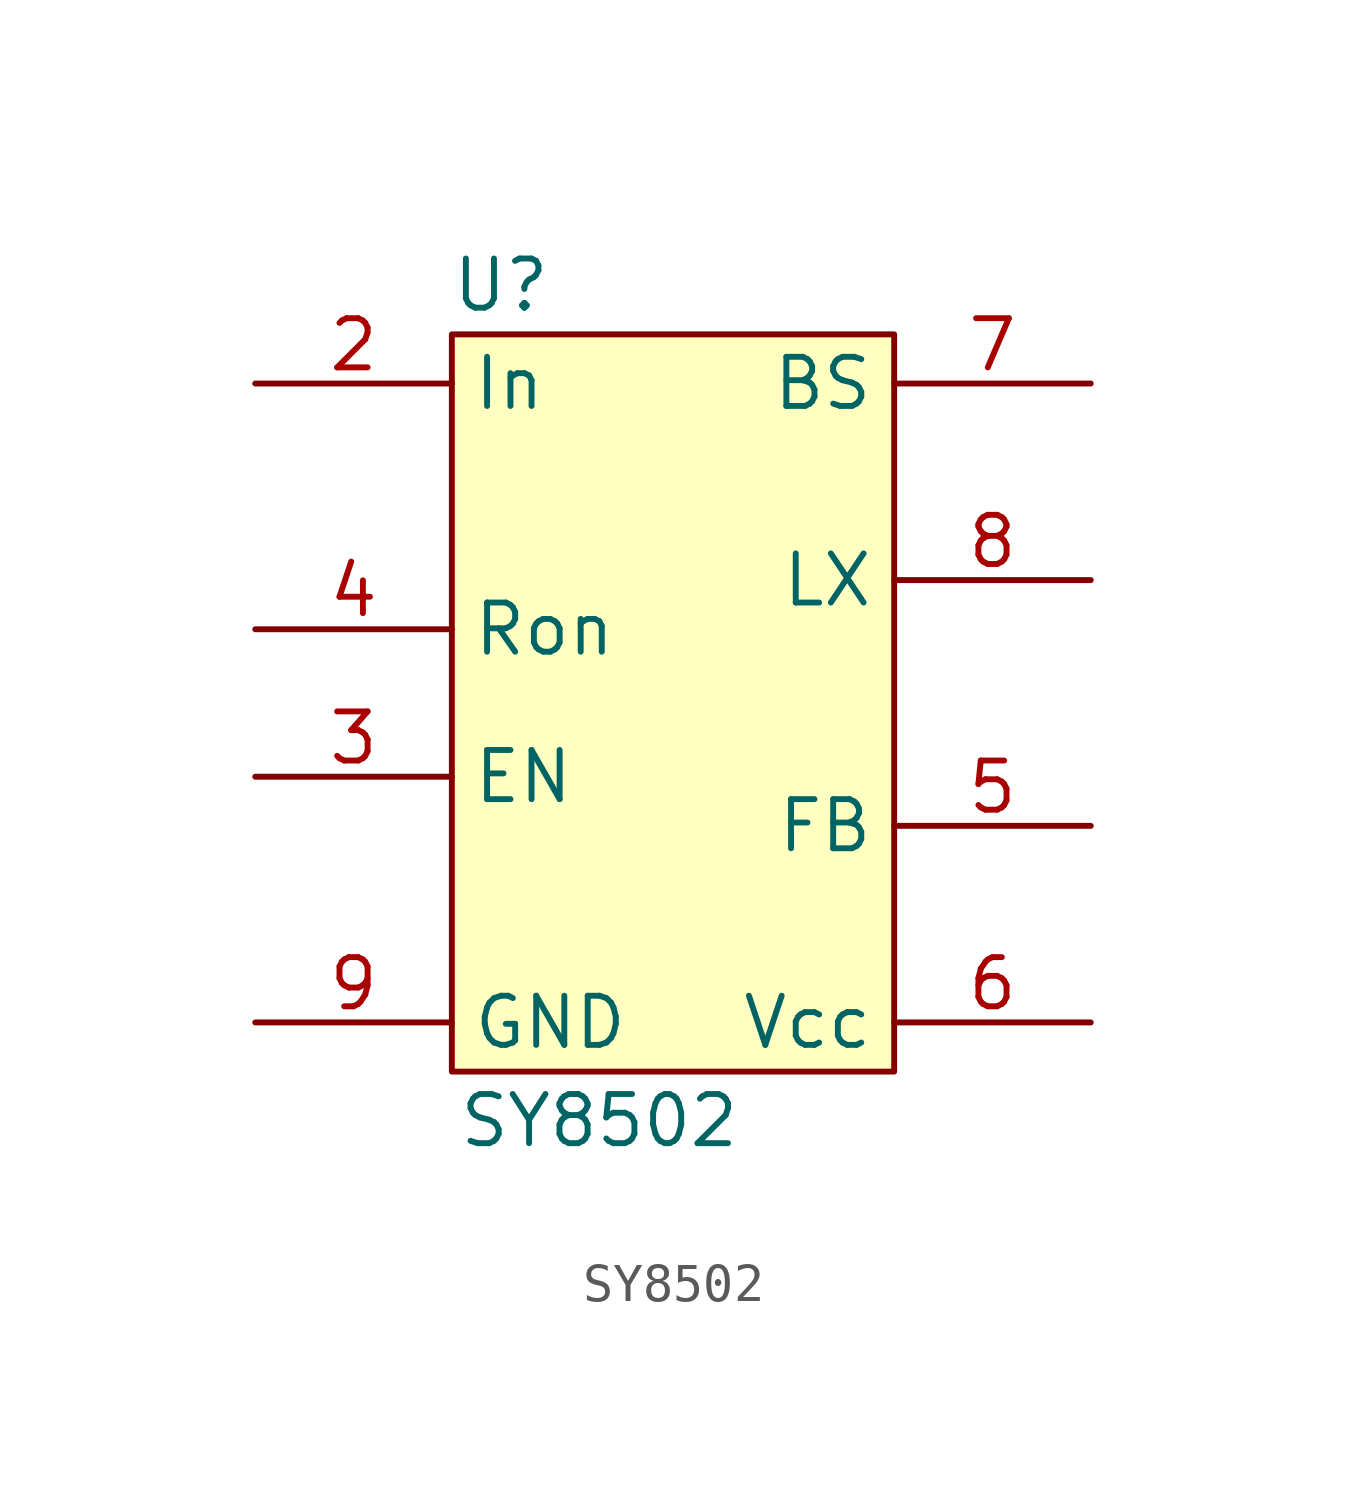
<source format=kicad_sym>
(kicad_symbol_lib
  (version 20211014)
  (generator kicad_symbol_editor)
  (symbol "SY8502"
    (property "Reference" "U"
      (at 2.54 13.97 0)
      (effects (font (size 1.27 1.27))))
    (property "Value" "SY8502"
      (at 5.08 -7.62 0)
      (effects (font (size 1.27 1.27))))
    (symbol "SY8502_0_1"
      (rectangle (start 1.27 12.7) (end 12.7 -6.35) (stroke (width 0.152) (type default) (color 0 0 0 0)) (fill (type background))))
    (symbol "SY8502_1_1"
      (pin no_connect line (at -3.81 -2.54 0) (length 5.08) hide (name "NC" (effects (font (size 1.27 1.27)))) (number "1" (effects (font (size 1.27 1.27)))))
      (pin power_in line (at -3.81 11.43 0) (length 5.08) (name "In" (effects (font (size 1.27 1.27)))) (number "2" (effects (font (size 1.27 1.27)))))
      (pin input line (at -3.81 1.27 0) (length 5.08) (name "EN" (effects (font (size 1.27 1.27)))) (number "3" (effects (font (size 1.27 1.27)))))
      (pin input line (at -3.81 5.08 0) (length 5.08) (name "Ron" (effects (font (size 1.27 1.27)))) (number "4" (effects (font (size 1.27 1.27)))))
      (pin input line (at 17.78 0 180) (length 5.08) (name "FB" (effects (font (size 1.27 1.27)))) (number "5" (effects (font (size 1.27 1.27)))))
      (pin power_in line (at 17.78 -5.08 180) (length 5.08) (name "Vcc" (effects (font (size 1.27 1.27)))) (number "6" (effects (font (size 1.27 1.27)))))
      (pin power_in line (at 17.78 11.43 180) (length 5.08) (name "BS" (effects (font (size 1.27 1.27)))) (number "7" (effects (font (size 1.27 1.27)))))
      (pin power_out line (at 17.78 6.35 180) (length 5.08) (name "LX" (effects (font (size 1.27 1.27)))) (number "8" (effects (font (size 1.27 1.27)))))
      (pin power_in line (at -3.81 -5.08 0) (length 5.08) (name "GND" (effects (font (size 1.27 1.27)))) (number "9" (effects (font (size 1.27 1.27))))))))
</source>
